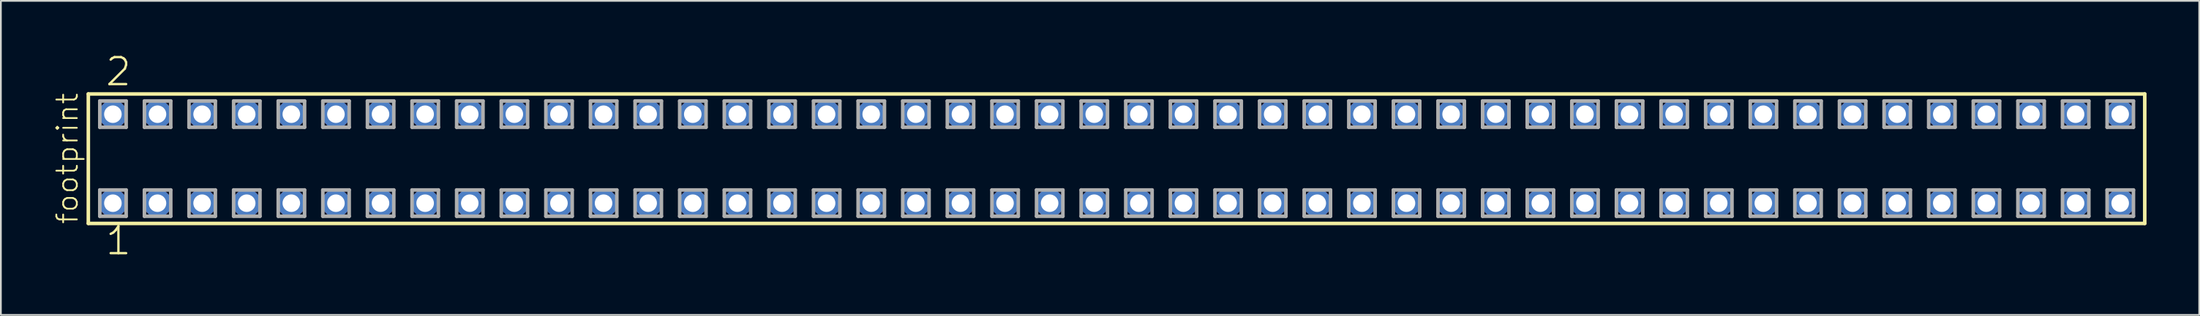
<source format=kicad_pcb>
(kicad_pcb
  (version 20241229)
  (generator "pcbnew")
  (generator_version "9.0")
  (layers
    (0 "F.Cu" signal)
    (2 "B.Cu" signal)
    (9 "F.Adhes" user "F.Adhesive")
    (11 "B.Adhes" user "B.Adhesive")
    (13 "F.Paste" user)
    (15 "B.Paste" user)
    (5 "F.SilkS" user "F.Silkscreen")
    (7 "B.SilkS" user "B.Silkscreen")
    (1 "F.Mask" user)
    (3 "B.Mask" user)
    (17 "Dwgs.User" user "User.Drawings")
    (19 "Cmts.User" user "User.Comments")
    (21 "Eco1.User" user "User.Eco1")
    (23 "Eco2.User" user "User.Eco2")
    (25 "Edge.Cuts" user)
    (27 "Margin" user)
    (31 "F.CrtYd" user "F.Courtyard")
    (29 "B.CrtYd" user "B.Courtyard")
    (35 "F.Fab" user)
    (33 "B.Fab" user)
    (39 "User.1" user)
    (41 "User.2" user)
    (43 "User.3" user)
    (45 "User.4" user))
  (footprint "footprint"
    (layer "F.Cu")
    (at 60.528 6.009)
    (property "Reference" "footprint" (at -59.055 3.81 90) (layer "F.SilkS") (effects (font (size 1.168 1.168) (thickness 0.102)) (justify left bottom)))
    (fp_line (start -58.549 -3.695) (end 58.549 -3.695) (stroke (width 0.203) (type solid)) (layer "F.SilkS"))
    (fp_line (start -58.549 3.695) (end -58.549 -3.695) (stroke (width 0.203) (type solid)) (layer "F.SilkS"))
    (fp_line (start 58.549 -3.695) (end 58.549 3.695) (stroke (width 0.203) (type solid)) (layer "F.SilkS"))
    (fp_line (start 58.549 3.695) (end -58.549 3.695) (stroke (width 0.203) (type solid)) (layer "F.SilkS"))
    (fp_line (start -57.895 -3.295) (end -56.395 -3.295) (stroke (width 0.203) (type solid)) (layer "F.Fab"))
    (fp_line (start -57.895 -1.795) (end -57.895 -3.295) (stroke (width 0.203) (type solid)) (layer "F.Fab"))
    (fp_line (start -57.895 1.785) (end -56.395 1.785) (stroke (width 0.203) (type solid)) (layer "F.Fab"))
    (fp_line (start -57.895 3.285) (end -57.895 1.785) (stroke (width 0.203) (type solid)) (layer "F.Fab"))
    (fp_line (start -56.395 -3.295) (end -56.395 -1.795) (stroke (width 0.203) (type solid)) (layer "F.Fab"))
    (fp_line (start -56.395 -1.795) (end -57.895 -1.795) (stroke (width 0.203) (type solid)) (layer "F.Fab"))
    (fp_line (start -56.395 1.785) (end -56.395 3.285) (stroke (width 0.203) (type solid)) (layer "F.Fab"))
    (fp_line (start -56.395 3.285) (end -57.895 3.285) (stroke (width 0.203) (type solid)) (layer "F.Fab"))
    (fp_line (start -55.355 -3.295) (end -53.855 -3.295) (stroke (width 0.203) (type solid)) (layer "F.Fab"))
    (fp_line (start -55.355 -1.795) (end -55.355 -3.295) (stroke (width 0.203) (type solid)) (layer "F.Fab"))
    (fp_line (start -55.355 1.785) (end -53.855 1.785) (stroke (width 0.203) (type solid)) (layer "F.Fab"))
    (fp_line (start -55.355 3.285) (end -55.355 1.785) (stroke (width 0.203) (type solid)) (layer "F.Fab"))
    (fp_line (start -53.855 -3.295) (end -53.855 -1.795) (stroke (width 0.203) (type solid)) (layer "F.Fab"))
    (fp_line (start -53.855 -1.795) (end -55.355 -1.795) (stroke (width 0.203) (type solid)) (layer "F.Fab"))
    (fp_line (start -53.855 1.785) (end -53.855 3.285) (stroke (width 0.203) (type solid)) (layer "F.Fab"))
    (fp_line (start -53.855 3.285) (end -55.355 3.285) (stroke (width 0.203) (type solid)) (layer "F.Fab"))
    (fp_line (start -52.815 -3.295) (end -51.315 -3.295) (stroke (width 0.203) (type solid)) (layer "F.Fab"))
    (fp_line (start -52.815 -1.795) (end -52.815 -3.295) (stroke (width 0.203) (type solid)) (layer "F.Fab"))
    (fp_line (start -52.815 1.785) (end -51.315 1.785) (stroke (width 0.203) (type solid)) (layer "F.Fab"))
    (fp_line (start -52.815 3.285) (end -52.815 1.785) (stroke (width 0.203) (type solid)) (layer "F.Fab"))
    (fp_line (start -51.315 -3.295) (end -51.315 -1.795) (stroke (width 0.203) (type solid)) (layer "F.Fab"))
    (fp_line (start -51.315 -1.795) (end -52.815 -1.795) (stroke (width 0.203) (type solid)) (layer "F.Fab"))
    (fp_line (start -51.315 1.785) (end -51.315 3.285) (stroke (width 0.203) (type solid)) (layer "F.Fab"))
    (fp_line (start -51.315 3.285) (end -52.815 3.285) (stroke (width 0.203) (type solid)) (layer "F.Fab"))
    (fp_line (start -50.275 -3.295) (end -48.775 -3.295) (stroke (width 0.203) (type solid)) (layer "F.Fab"))
    (fp_line (start -50.275 -1.795) (end -50.275 -3.295) (stroke (width 0.203) (type solid)) (layer "F.Fab"))
    (fp_line (start -50.275 1.785) (end -48.775 1.785) (stroke (width 0.203) (type solid)) (layer "F.Fab"))
    (fp_line (start -50.275 3.285) (end -50.275 1.785) (stroke (width 0.203) (type solid)) (layer "F.Fab"))
    (fp_line (start -48.775 -3.295) (end -48.775 -1.795) (stroke (width 0.203) (type solid)) (layer "F.Fab"))
    (fp_line (start -48.775 -1.795) (end -50.275 -1.795) (stroke (width 0.203) (type solid)) (layer "F.Fab"))
    (fp_line (start -48.775 1.785) (end -48.775 3.285) (stroke (width 0.203) (type solid)) (layer "F.Fab"))
    (fp_line (start -48.775 3.285) (end -50.275 3.285) (stroke (width 0.203) (type solid)) (layer "F.Fab"))
    (fp_line (start -47.735 -3.295) (end -46.235 -3.295) (stroke (width 0.203) (type solid)) (layer "F.Fab"))
    (fp_line (start -47.735 -1.795) (end -47.735 -3.295) (stroke (width 0.203) (type solid)) (layer "F.Fab"))
    (fp_line (start -47.735 1.785) (end -46.235 1.785) (stroke (width 0.203) (type solid)) (layer "F.Fab"))
    (fp_line (start -47.735 3.285) (end -47.735 1.785) (stroke (width 0.203) (type solid)) (layer "F.Fab"))
    (fp_line (start -46.235 -3.295) (end -46.235 -1.795) (stroke (width 0.203) (type solid)) (layer "F.Fab"))
    (fp_line (start -46.235 -1.795) (end -47.735 -1.795) (stroke (width 0.203) (type solid)) (layer "F.Fab"))
    (fp_line (start -46.235 1.785) (end -46.235 3.285) (stroke (width 0.203) (type solid)) (layer "F.Fab"))
    (fp_line (start -46.235 3.285) (end -47.735 3.285) (stroke (width 0.203) (type solid)) (layer "F.Fab"))
    (fp_line (start -45.195 -3.295) (end -43.695 -3.295) (stroke (width 0.203) (type solid)) (layer "F.Fab"))
    (fp_line (start -45.195 -1.795) (end -45.195 -3.295) (stroke (width 0.203) (type solid)) (layer "F.Fab"))
    (fp_line (start -45.195 1.785) (end -43.695 1.785) (stroke (width 0.203) (type solid)) (layer "F.Fab"))
    (fp_line (start -45.195 3.285) (end -45.195 1.785) (stroke (width 0.203) (type solid)) (layer "F.Fab"))
    (fp_line (start -43.695 -3.295) (end -43.695 -1.795) (stroke (width 0.203) (type solid)) (layer "F.Fab"))
    (fp_line (start -43.695 -1.795) (end -45.195 -1.795) (stroke (width 0.203) (type solid)) (layer "F.Fab"))
    (fp_line (start -43.695 1.785) (end -43.695 3.285) (stroke (width 0.203) (type solid)) (layer "F.Fab"))
    (fp_line (start -43.695 3.285) (end -45.195 3.285) (stroke (width 0.203) (type solid)) (layer "F.Fab"))
    (fp_line (start -42.655 -3.295) (end -41.155 -3.295) (stroke (width 0.203) (type solid)) (layer "F.Fab"))
    (fp_line (start -42.655 -1.795) (end -42.655 -3.295) (stroke (width 0.203) (type solid)) (layer "F.Fab"))
    (fp_line (start -42.655 1.785) (end -41.155 1.785) (stroke (width 0.203) (type solid)) (layer "F.Fab"))
    (fp_line (start -42.655 3.285) (end -42.655 1.785) (stroke (width 0.203) (type solid)) (layer "F.Fab"))
    (fp_line (start -41.155 -3.295) (end -41.155 -1.795) (stroke (width 0.203) (type solid)) (layer "F.Fab"))
    (fp_line (start -41.155 -1.795) (end -42.655 -1.795) (stroke (width 0.203) (type solid)) (layer "F.Fab"))
    (fp_line (start -41.155 1.785) (end -41.155 3.285) (stroke (width 0.203) (type solid)) (layer "F.Fab"))
    (fp_line (start -41.155 3.285) (end -42.655 3.285) (stroke (width 0.203) (type solid)) (layer "F.Fab"))
    (fp_line (start -40.115 -3.295) (end -38.615 -3.295) (stroke (width 0.203) (type solid)) (layer "F.Fab"))
    (fp_line (start -40.115 -1.795) (end -40.115 -3.295) (stroke (width 0.203) (type solid)) (layer "F.Fab"))
    (fp_line (start -40.115 1.785) (end -38.615 1.785) (stroke (width 0.203) (type solid)) (layer "F.Fab"))
    (fp_line (start -40.115 3.285) (end -40.115 1.785) (stroke (width 0.203) (type solid)) (layer "F.Fab"))
    (fp_line (start -38.615 -3.295) (end -38.615 -1.795) (stroke (width 0.203) (type solid)) (layer "F.Fab"))
    (fp_line (start -38.615 -1.795) (end -40.115 -1.795) (stroke (width 0.203) (type solid)) (layer "F.Fab"))
    (fp_line (start -38.615 1.785) (end -38.615 3.285) (stroke (width 0.203) (type solid)) (layer "F.Fab"))
    (fp_line (start -38.615 3.285) (end -40.115 3.285) (stroke (width 0.203) (type solid)) (layer "F.Fab"))
    (fp_line (start -37.575 -3.295) (end -36.075 -3.295) (stroke (width 0.203) (type solid)) (layer "F.Fab"))
    (fp_line (start -37.575 -1.795) (end -37.575 -3.295) (stroke (width 0.203) (type solid)) (layer "F.Fab"))
    (fp_line (start -37.575 1.785) (end -36.075 1.785) (stroke (width 0.203) (type solid)) (layer "F.Fab"))
    (fp_line (start -37.575 3.285) (end -37.575 1.785) (stroke (width 0.203) (type solid)) (layer "F.Fab"))
    (fp_line (start -36.075 -3.295) (end -36.075 -1.795) (stroke (width 0.203) (type solid)) (layer "F.Fab"))
    (fp_line (start -36.075 -1.795) (end -37.575 -1.795) (stroke (width 0.203) (type solid)) (layer "F.Fab"))
    (fp_line (start -36.075 1.785) (end -36.075 3.285) (stroke (width 0.203) (type solid)) (layer "F.Fab"))
    (fp_line (start -36.075 3.285) (end -37.575 3.285) (stroke (width 0.203) (type solid)) (layer "F.Fab"))
    (fp_line (start -35.035 -3.295) (end -33.535 -3.295) (stroke (width 0.203) (type solid)) (layer "F.Fab"))
    (fp_line (start -35.035 -1.795) (end -35.035 -3.295) (stroke (width 0.203) (type solid)) (layer "F.Fab"))
    (fp_line (start -35.035 1.785) (end -33.535 1.785) (stroke (width 0.203) (type solid)) (layer "F.Fab"))
    (fp_line (start -35.035 3.285) (end -35.035 1.785) (stroke (width 0.203) (type solid)) (layer "F.Fab"))
    (fp_line (start -33.535 -3.295) (end -33.535 -1.795) (stroke (width 0.203) (type solid)) (layer "F.Fab"))
    (fp_line (start -33.535 -1.795) (end -35.035 -1.795) (stroke (width 0.203) (type solid)) (layer "F.Fab"))
    (fp_line (start -33.535 1.785) (end -33.535 3.285) (stroke (width 0.203) (type solid)) (layer "F.Fab"))
    (fp_line (start -33.535 3.285) (end -35.035 3.285) (stroke (width 0.203) (type solid)) (layer "F.Fab"))
    (fp_line (start -32.495 -3.295) (end -30.995 -3.295) (stroke (width 0.203) (type solid)) (layer "F.Fab"))
    (fp_line (start -32.495 -1.795) (end -32.495 -3.295) (stroke (width 0.203) (type solid)) (layer "F.Fab"))
    (fp_line (start -32.495 1.785) (end -30.995 1.785) (stroke (width 0.203) (type solid)) (layer "F.Fab"))
    (fp_line (start -32.495 3.285) (end -32.495 1.785) (stroke (width 0.203) (type solid)) (layer "F.Fab"))
    (fp_line (start -30.995 -3.295) (end -30.995 -1.795) (stroke (width 0.203) (type solid)) (layer "F.Fab"))
    (fp_line (start -30.995 -1.795) (end -32.495 -1.795) (stroke (width 0.203) (type solid)) (layer "F.Fab"))
    (fp_line (start -30.995 1.785) (end -30.995 3.285) (stroke (width 0.203) (type solid)) (layer "F.Fab"))
    (fp_line (start -30.995 3.285) (end -32.495 3.285) (stroke (width 0.203) (type solid)) (layer "F.Fab"))
    (fp_line (start -29.955 -3.295) (end -28.455 -3.295) (stroke (width 0.203) (type solid)) (layer "F.Fab"))
    (fp_line (start -29.955 -1.795) (end -29.955 -3.295) (stroke (width 0.203) (type solid)) (layer "F.Fab"))
    (fp_line (start -29.955 1.785) (end -28.455 1.785) (stroke (width 0.203) (type solid)) (layer "F.Fab"))
    (fp_line (start -29.955 3.285) (end -29.955 1.785) (stroke (width 0.203) (type solid)) (layer "F.Fab"))
    (fp_line (start -28.455 -3.295) (end -28.455 -1.795) (stroke (width 0.203) (type solid)) (layer "F.Fab"))
    (fp_line (start -28.455 -1.795) (end -29.955 -1.795) (stroke (width 0.203) (type solid)) (layer "F.Fab"))
    (fp_line (start -28.455 1.785) (end -28.455 3.285) (stroke (width 0.203) (type solid)) (layer "F.Fab"))
    (fp_line (start -28.455 3.285) (end -29.955 3.285) (stroke (width 0.203) (type solid)) (layer "F.Fab"))
    (fp_line (start -27.415 -3.295) (end -25.915 -3.295) (stroke (width 0.203) (type solid)) (layer "F.Fab"))
    (fp_line (start -27.415 -1.795) (end -27.415 -3.295) (stroke (width 0.203) (type solid)) (layer "F.Fab"))
    (fp_line (start -27.415 1.785) (end -25.915 1.785) (stroke (width 0.203) (type solid)) (layer "F.Fab"))
    (fp_line (start -27.415 3.285) (end -27.415 1.785) (stroke (width 0.203) (type solid)) (layer "F.Fab"))
    (fp_line (start -25.915 -3.295) (end -25.915 -1.795) (stroke (width 0.203) (type solid)) (layer "F.Fab"))
    (fp_line (start -25.915 -1.795) (end -27.415 -1.795) (stroke (width 0.203) (type solid)) (layer "F.Fab"))
    (fp_line (start -25.915 1.785) (end -25.915 3.285) (stroke (width 0.203) (type solid)) (layer "F.Fab"))
    (fp_line (start -25.915 3.285) (end -27.415 3.285) (stroke (width 0.203) (type solid)) (layer "F.Fab"))
    (fp_line (start -24.875 -3.295) (end -23.375 -3.295) (stroke (width 0.203) (type solid)) (layer "F.Fab"))
    (fp_line (start -24.875 -1.795) (end -24.875 -3.295) (stroke (width 0.203) (type solid)) (layer "F.Fab"))
    (fp_line (start -24.875 1.785) (end -23.375 1.785) (stroke (width 0.203) (type solid)) (layer "F.Fab"))
    (fp_line (start -24.875 3.285) (end -24.875 1.785) (stroke (width 0.203) (type solid)) (layer "F.Fab"))
    (fp_line (start -23.375 -3.295) (end -23.375 -1.795) (stroke (width 0.203) (type solid)) (layer "F.Fab"))
    (fp_line (start -23.375 -1.795) (end -24.875 -1.795) (stroke (width 0.203) (type solid)) (layer "F.Fab"))
    (fp_line (start -23.375 1.785) (end -23.375 3.285) (stroke (width 0.203) (type solid)) (layer "F.Fab"))
    (fp_line (start -23.375 3.285) (end -24.875 3.285) (stroke (width 0.203) (type solid)) (layer "F.Fab"))
    (fp_line (start -22.335 -3.295) (end -20.835 -3.295) (stroke (width 0.203) (type solid)) (layer "F.Fab"))
    (fp_line (start -22.335 -1.795) (end -22.335 -3.295) (stroke (width 0.203) (type solid)) (layer "F.Fab"))
    (fp_line (start -22.335 1.785) (end -20.835 1.785) (stroke (width 0.203) (type solid)) (layer "F.Fab"))
    (fp_line (start -22.335 3.285) (end -22.335 1.785) (stroke (width 0.203) (type solid)) (layer "F.Fab"))
    (fp_line (start -20.835 -3.295) (end -20.835 -1.795) (stroke (width 0.203) (type solid)) (layer "F.Fab"))
    (fp_line (start -20.835 -1.795) (end -22.335 -1.795) (stroke (width 0.203) (type solid)) (layer "F.Fab"))
    (fp_line (start -20.835 1.785) (end -20.835 3.285) (stroke (width 0.203) (type solid)) (layer "F.Fab"))
    (fp_line (start -20.835 3.285) (end -22.335 3.285) (stroke (width 0.203) (type solid)) (layer "F.Fab"))
    (fp_line (start -19.795 -3.295) (end -18.295 -3.295) (stroke (width 0.203) (type solid)) (layer "F.Fab"))
    (fp_line (start -19.795 -1.795) (end -19.795 -3.295) (stroke (width 0.203) (type solid)) (layer "F.Fab"))
    (fp_line (start -19.795 1.785) (end -18.295 1.785) (stroke (width 0.203) (type solid)) (layer "F.Fab"))
    (fp_line (start -19.795 3.285) (end -19.795 1.785) (stroke (width 0.203) (type solid)) (layer "F.Fab"))
    (fp_line (start -18.295 -3.295) (end -18.295 -1.795) (stroke (width 0.203) (type solid)) (layer "F.Fab"))
    (fp_line (start -18.295 -1.795) (end -19.795 -1.795) (stroke (width 0.203) (type solid)) (layer "F.Fab"))
    (fp_line (start -18.295 1.785) (end -18.295 3.285) (stroke (width 0.203) (type solid)) (layer "F.Fab"))
    (fp_line (start -18.295 3.285) (end -19.795 3.285) (stroke (width 0.203) (type solid)) (layer "F.Fab"))
    (fp_line (start -17.255 -3.295) (end -15.755 -3.295) (stroke (width 0.203) (type solid)) (layer "F.Fab"))
    (fp_line (start -17.255 -1.795) (end -17.255 -3.295) (stroke (width 0.203) (type solid)) (layer "F.Fab"))
    (fp_line (start -17.255 1.785) (end -15.755 1.785) (stroke (width 0.203) (type solid)) (layer "F.Fab"))
    (fp_line (start -17.255 3.285) (end -17.255 1.785) (stroke (width 0.203) (type solid)) (layer "F.Fab"))
    (fp_line (start -15.755 -3.295) (end -15.755 -1.795) (stroke (width 0.203) (type solid)) (layer "F.Fab"))
    (fp_line (start -15.755 -1.795) (end -17.255 -1.795) (stroke (width 0.203) (type solid)) (layer "F.Fab"))
    (fp_line (start -15.755 1.785) (end -15.755 3.285) (stroke (width 0.203) (type solid)) (layer "F.Fab"))
    (fp_line (start -15.755 3.285) (end -17.255 3.285) (stroke (width 0.203) (type solid)) (layer "F.Fab"))
    (fp_line (start -14.715 -3.295) (end -13.215 -3.295) (stroke (width 0.203) (type solid)) (layer "F.Fab"))
    (fp_line (start -14.715 -1.795) (end -14.715 -3.295) (stroke (width 0.203) (type solid)) (layer "F.Fab"))
    (fp_line (start -14.715 1.785) (end -13.215 1.785) (stroke (width 0.203) (type solid)) (layer "F.Fab"))
    (fp_line (start -14.715 3.285) (end -14.715 1.785) (stroke (width 0.203) (type solid)) (layer "F.Fab"))
    (fp_line (start -13.215 -3.295) (end -13.215 -1.795) (stroke (width 0.203) (type solid)) (layer "F.Fab"))
    (fp_line (start -13.215 -1.795) (end -14.715 -1.795) (stroke (width 0.203) (type solid)) (layer "F.Fab"))
    (fp_line (start -13.215 1.785) (end -13.215 3.285) (stroke (width 0.203) (type solid)) (layer "F.Fab"))
    (fp_line (start -13.215 3.285) (end -14.715 3.285) (stroke (width 0.203) (type solid)) (layer "F.Fab"))
    (fp_line (start -12.175 -3.295) (end -10.675 -3.295) (stroke (width 0.203) (type solid)) (layer "F.Fab"))
    (fp_line (start -12.175 -1.795) (end -12.175 -3.295) (stroke (width 0.203) (type solid)) (layer "F.Fab"))
    (fp_line (start -12.175 1.785) (end -10.675 1.785) (stroke (width 0.203) (type solid)) (layer "F.Fab"))
    (fp_line (start -12.175 3.285) (end -12.175 1.785) (stroke (width 0.203) (type solid)) (layer "F.Fab"))
    (fp_line (start -10.675 -3.295) (end -10.675 -1.795) (stroke (width 0.203) (type solid)) (layer "F.Fab"))
    (fp_line (start -10.675 -1.795) (end -12.175 -1.795) (stroke (width 0.203) (type solid)) (layer "F.Fab"))
    (fp_line (start -10.675 1.785) (end -10.675 3.285) (stroke (width 0.203) (type solid)) (layer "F.Fab"))
    (fp_line (start -10.675 3.285) (end -12.175 3.285) (stroke (width 0.203) (type solid)) (layer "F.Fab"))
    (fp_line (start -9.635 -3.295) (end -8.135 -3.295) (stroke (width 0.203) (type solid)) (layer "F.Fab"))
    (fp_line (start -9.635 -1.795) (end -9.635 -3.295) (stroke (width 0.203) (type solid)) (layer "F.Fab"))
    (fp_line (start -9.635 1.785) (end -8.135 1.785) (stroke (width 0.203) (type solid)) (layer "F.Fab"))
    (fp_line (start -9.635 3.285) (end -9.635 1.785) (stroke (width 0.203) (type solid)) (layer "F.Fab"))
    (fp_line (start -8.135 -3.295) (end -8.135 -1.795) (stroke (width 0.203) (type solid)) (layer "F.Fab"))
    (fp_line (start -8.135 -1.795) (end -9.635 -1.795) (stroke (width 0.203) (type solid)) (layer "F.Fab"))
    (fp_line (start -8.135 1.785) (end -8.135 3.285) (stroke (width 0.203) (type solid)) (layer "F.Fab"))
    (fp_line (start -8.135 3.285) (end -9.635 3.285) (stroke (width 0.203) (type solid)) (layer "F.Fab"))
    (fp_line (start -7.095 -3.295) (end -5.595 -3.295) (stroke (width 0.203) (type solid)) (layer "F.Fab"))
    (fp_line (start -7.095 -1.795) (end -7.095 -3.295) (stroke (width 0.203) (type solid)) (layer "F.Fab"))
    (fp_line (start -7.095 1.785) (end -5.595 1.785) (stroke (width 0.203) (type solid)) (layer "F.Fab"))
    (fp_line (start -7.095 3.285) (end -7.095 1.785) (stroke (width 0.203) (type solid)) (layer "F.Fab"))
    (fp_line (start -5.595 -3.295) (end -5.595 -1.795) (stroke (width 0.203) (type solid)) (layer "F.Fab"))
    (fp_line (start -5.595 -1.795) (end -7.095 -1.795) (stroke (width 0.203) (type solid)) (layer "F.Fab"))
    (fp_line (start -5.595 1.785) (end -5.595 3.285) (stroke (width 0.203) (type solid)) (layer "F.Fab"))
    (fp_line (start -5.595 3.285) (end -7.095 3.285) (stroke (width 0.203) (type solid)) (layer "F.Fab"))
    (fp_line (start -4.555 -3.295) (end -3.055 -3.295) (stroke (width 0.203) (type solid)) (layer "F.Fab"))
    (fp_line (start -4.555 -1.795) (end -4.555 -3.295) (stroke (width 0.203) (type solid)) (layer "F.Fab"))
    (fp_line (start -4.555 1.785) (end -3.055 1.785) (stroke (width 0.203) (type solid)) (layer "F.Fab"))
    (fp_line (start -4.555 3.285) (end -4.555 1.785) (stroke (width 0.203) (type solid)) (layer "F.Fab"))
    (fp_line (start -3.055 -3.295) (end -3.055 -1.795) (stroke (width 0.203) (type solid)) (layer "F.Fab"))
    (fp_line (start -3.055 -1.795) (end -4.555 -1.795) (stroke (width 0.203) (type solid)) (layer "F.Fab"))
    (fp_line (start -3.055 1.785) (end -3.055 3.285) (stroke (width 0.203) (type solid)) (layer "F.Fab"))
    (fp_line (start -3.055 3.285) (end -4.555 3.285) (stroke (width 0.203) (type solid)) (layer "F.Fab"))
    (fp_line (start -2.015 -3.295) (end -0.515 -3.295) (stroke (width 0.203) (type solid)) (layer "F.Fab"))
    (fp_line (start -2.015 -1.795) (end -2.015 -3.295) (stroke (width 0.203) (type solid)) (layer "F.Fab"))
    (fp_line (start -2.015 1.785) (end -0.515 1.785) (stroke (width 0.203) (type solid)) (layer "F.Fab"))
    (fp_line (start -2.015 3.285) (end -2.015 1.785) (stroke (width 0.203) (type solid)) (layer "F.Fab"))
    (fp_line (start -0.515 -3.295) (end -0.515 -1.795) (stroke (width 0.203) (type solid)) (layer "F.Fab"))
    (fp_line (start -0.515 -1.795) (end -2.015 -1.795) (stroke (width 0.203) (type solid)) (layer "F.Fab"))
    (fp_line (start -0.515 1.785) (end -0.515 3.285) (stroke (width 0.203) (type solid)) (layer "F.Fab"))
    (fp_line (start -0.515 3.285) (end -2.015 3.285) (stroke (width 0.203) (type solid)) (layer "F.Fab"))
    (fp_line (start 0.525 -3.295) (end 2.025 -3.295) (stroke (width 0.203) (type solid)) (layer "F.Fab"))
    (fp_line (start 0.525 -1.795) (end 0.525 -3.295) (stroke (width 0.203) (type solid)) (layer "F.Fab"))
    (fp_line (start 0.525 1.785) (end 2.025 1.785) (stroke (width 0.203) (type solid)) (layer "F.Fab"))
    (fp_line (start 0.525 3.285) (end 0.525 1.785) (stroke (width 0.203) (type solid)) (layer "F.Fab"))
    (fp_line (start 2.025 -3.295) (end 2.025 -1.795) (stroke (width 0.203) (type solid)) (layer "F.Fab"))
    (fp_line (start 2.025 -1.795) (end 0.525 -1.795) (stroke (width 0.203) (type solid)) (layer "F.Fab"))
    (fp_line (start 2.025 1.785) (end 2.025 3.285) (stroke (width 0.203) (type solid)) (layer "F.Fab"))
    (fp_line (start 2.025 3.285) (end 0.525 3.285) (stroke (width 0.203) (type solid)) (layer "F.Fab"))
    (fp_line (start 3.065 -3.295) (end 4.565 -3.295) (stroke (width 0.203) (type solid)) (layer "F.Fab"))
    (fp_line (start 3.065 -1.795) (end 3.065 -3.295) (stroke (width 0.203) (type solid)) (layer "F.Fab"))
    (fp_line (start 3.065 1.785) (end 4.565 1.785) (stroke (width 0.203) (type solid)) (layer "F.Fab"))
    (fp_line (start 3.065 3.285) (end 3.065 1.785) (stroke (width 0.203) (type solid)) (layer "F.Fab"))
    (fp_line (start 4.565 -3.295) (end 4.565 -1.795) (stroke (width 0.203) (type solid)) (layer "F.Fab"))
    (fp_line (start 4.565 -1.795) (end 3.065 -1.795) (stroke (width 0.203) (type solid)) (layer "F.Fab"))
    (fp_line (start 4.565 1.785) (end 4.565 3.285) (stroke (width 0.203) (type solid)) (layer "F.Fab"))
    (fp_line (start 4.565 3.285) (end 3.065 3.285) (stroke (width 0.203) (type solid)) (layer "F.Fab"))
    (fp_line (start 5.605 -3.295) (end 7.105 -3.295) (stroke (width 0.203) (type solid)) (layer "F.Fab"))
    (fp_line (start 5.605 -1.795) (end 5.605 -3.295) (stroke (width 0.203) (type solid)) (layer "F.Fab"))
    (fp_line (start 5.605 1.785) (end 7.105 1.785) (stroke (width 0.203) (type solid)) (layer "F.Fab"))
    (fp_line (start 5.605 3.285) (end 5.605 1.785) (stroke (width 0.203) (type solid)) (layer "F.Fab"))
    (fp_line (start 7.105 -3.295) (end 7.105 -1.795) (stroke (width 0.203) (type solid)) (layer "F.Fab"))
    (fp_line (start 7.105 -1.795) (end 5.605 -1.795) (stroke (width 0.203) (type solid)) (layer "F.Fab"))
    (fp_line (start 7.105 1.785) (end 7.105 3.285) (stroke (width 0.203) (type solid)) (layer "F.Fab"))
    (fp_line (start 7.105 3.285) (end 5.605 3.285) (stroke (width 0.203) (type solid)) (layer "F.Fab"))
    (fp_line (start 8.145 -3.295) (end 9.645 -3.295) (stroke (width 0.203) (type solid)) (layer "F.Fab"))
    (fp_line (start 8.145 -1.795) (end 8.145 -3.295) (stroke (width 0.203) (type solid)) (layer "F.Fab"))
    (fp_line (start 8.145 1.785) (end 9.645 1.785) (stroke (width 0.203) (type solid)) (layer "F.Fab"))
    (fp_line (start 8.145 3.285) (end 8.145 1.785) (stroke (width 0.203) (type solid)) (layer "F.Fab"))
    (fp_line (start 9.645 -3.295) (end 9.645 -1.795) (stroke (width 0.203) (type solid)) (layer "F.Fab"))
    (fp_line (start 9.645 -1.795) (end 8.145 -1.795) (stroke (width 0.203) (type solid)) (layer "F.Fab"))
    (fp_line (start 9.645 1.785) (end 9.645 3.285) (stroke (width 0.203) (type solid)) (layer "F.Fab"))
    (fp_line (start 9.645 3.285) (end 8.145 3.285) (stroke (width 0.203) (type solid)) (layer "F.Fab"))
    (fp_line (start 10.685 -3.295) (end 12.185 -3.295) (stroke (width 0.203) (type solid)) (layer "F.Fab"))
    (fp_line (start 10.685 -1.795) (end 10.685 -3.295) (stroke (width 0.203) (type solid)) (layer "F.Fab"))
    (fp_line (start 10.685 1.785) (end 12.185 1.785) (stroke (width 0.203) (type solid)) (layer "F.Fab"))
    (fp_line (start 10.685 3.285) (end 10.685 1.785) (stroke (width 0.203) (type solid)) (layer "F.Fab"))
    (fp_line (start 12.185 -3.295) (end 12.185 -1.795) (stroke (width 0.203) (type solid)) (layer "F.Fab"))
    (fp_line (start 12.185 -1.795) (end 10.685 -1.795) (stroke (width 0.203) (type solid)) (layer "F.Fab"))
    (fp_line (start 12.185 1.785) (end 12.185 3.285) (stroke (width 0.203) (type solid)) (layer "F.Fab"))
    (fp_line (start 12.185 3.285) (end 10.685 3.285) (stroke (width 0.203) (type solid)) (layer "F.Fab"))
    (fp_line (start 13.225 -3.295) (end 14.725 -3.295) (stroke (width 0.203) (type solid)) (layer "F.Fab"))
    (fp_line (start 13.225 -1.795) (end 13.225 -3.295) (stroke (width 0.203) (type solid)) (layer "F.Fab"))
    (fp_line (start 13.225 1.785) (end 14.725 1.785) (stroke (width 0.203) (type solid)) (layer "F.Fab"))
    (fp_line (start 13.225 3.285) (end 13.225 1.785) (stroke (width 0.203) (type solid)) (layer "F.Fab"))
    (fp_line (start 14.725 -3.295) (end 14.725 -1.795) (stroke (width 0.203) (type solid)) (layer "F.Fab"))
    (fp_line (start 14.725 -1.795) (end 13.225 -1.795) (stroke (width 0.203) (type solid)) (layer "F.Fab"))
    (fp_line (start 14.725 1.785) (end 14.725 3.285) (stroke (width 0.203) (type solid)) (layer "F.Fab"))
    (fp_line (start 14.725 3.285) (end 13.225 3.285) (stroke (width 0.203) (type solid)) (layer "F.Fab"))
    (fp_line (start 15.765 -3.295) (end 17.265 -3.295) (stroke (width 0.203) (type solid)) (layer "F.Fab"))
    (fp_line (start 15.765 -1.795) (end 15.765 -3.295) (stroke (width 0.203) (type solid)) (layer "F.Fab"))
    (fp_line (start 15.765 1.785) (end 17.265 1.785) (stroke (width 0.203) (type solid)) (layer "F.Fab"))
    (fp_line (start 15.765 3.285) (end 15.765 1.785) (stroke (width 0.203) (type solid)) (layer "F.Fab"))
    (fp_line (start 17.265 -3.295) (end 17.265 -1.795) (stroke (width 0.203) (type solid)) (layer "F.Fab"))
    (fp_line (start 17.265 -1.795) (end 15.765 -1.795) (stroke (width 0.203) (type solid)) (layer "F.Fab"))
    (fp_line (start 17.265 1.785) (end 17.265 3.285) (stroke (width 0.203) (type solid)) (layer "F.Fab"))
    (fp_line (start 17.265 3.285) (end 15.765 3.285) (stroke (width 0.203) (type solid)) (layer "F.Fab"))
    (fp_line (start 18.305 -3.295) (end 19.805 -3.295) (stroke (width 0.203) (type solid)) (layer "F.Fab"))
    (fp_line (start 18.305 -1.795) (end 18.305 -3.295) (stroke (width 0.203) (type solid)) (layer "F.Fab"))
    (fp_line (start 18.305 1.785) (end 19.805 1.785) (stroke (width 0.203) (type solid)) (layer "F.Fab"))
    (fp_line (start 18.305 3.285) (end 18.305 1.785) (stroke (width 0.203) (type solid)) (layer "F.Fab"))
    (fp_line (start 19.805 -3.295) (end 19.805 -1.795) (stroke (width 0.203) (type solid)) (layer "F.Fab"))
    (fp_line (start 19.805 -1.795) (end 18.305 -1.795) (stroke (width 0.203) (type solid)) (layer "F.Fab"))
    (fp_line (start 19.805 1.785) (end 19.805 3.285) (stroke (width 0.203) (type solid)) (layer "F.Fab"))
    (fp_line (start 19.805 3.285) (end 18.305 3.285) (stroke (width 0.203) (type solid)) (layer "F.Fab"))
    (fp_line (start 20.845 -3.295) (end 22.345 -3.295) (stroke (width 0.203) (type solid)) (layer "F.Fab"))
    (fp_line (start 20.845 -1.795) (end 20.845 -3.295) (stroke (width 0.203) (type solid)) (layer "F.Fab"))
    (fp_line (start 20.845 1.785) (end 22.345 1.785) (stroke (width 0.203) (type solid)) (layer "F.Fab"))
    (fp_line (start 20.845 3.285) (end 20.845 1.785) (stroke (width 0.203) (type solid)) (layer "F.Fab"))
    (fp_line (start 22.345 -3.295) (end 22.345 -1.795) (stroke (width 0.203) (type solid)) (layer "F.Fab"))
    (fp_line (start 22.345 -1.795) (end 20.845 -1.795) (stroke (width 0.203) (type solid)) (layer "F.Fab"))
    (fp_line (start 22.345 1.785) (end 22.345 3.285) (stroke (width 0.203) (type solid)) (layer "F.Fab"))
    (fp_line (start 22.345 3.285) (end 20.845 3.285) (stroke (width 0.203) (type solid)) (layer "F.Fab"))
    (fp_line (start 23.385 -3.295) (end 24.885 -3.295) (stroke (width 0.203) (type solid)) (layer "F.Fab"))
    (fp_line (start 23.385 -1.795) (end 23.385 -3.295) (stroke (width 0.203) (type solid)) (layer "F.Fab"))
    (fp_line (start 23.385 1.785) (end 24.885 1.785) (stroke (width 0.203) (type solid)) (layer "F.Fab"))
    (fp_line (start 23.385 3.285) (end 23.385 1.785) (stroke (width 0.203) (type solid)) (layer "F.Fab"))
    (fp_line (start 24.885 -3.295) (end 24.885 -1.795) (stroke (width 0.203) (type solid)) (layer "F.Fab"))
    (fp_line (start 24.885 -1.795) (end 23.385 -1.795) (stroke (width 0.203) (type solid)) (layer "F.Fab"))
    (fp_line (start 24.885 1.785) (end 24.885 3.285) (stroke (width 0.203) (type solid)) (layer "F.Fab"))
    (fp_line (start 24.885 3.285) (end 23.385 3.285) (stroke (width 0.203) (type solid)) (layer "F.Fab"))
    (fp_line (start 25.925 -3.295) (end 27.425 -3.295) (stroke (width 0.203) (type solid)) (layer "F.Fab"))
    (fp_line (start 25.925 -1.795) (end 25.925 -3.295) (stroke (width 0.203) (type solid)) (layer "F.Fab"))
    (fp_line (start 25.925 1.785) (end 27.425 1.785) (stroke (width 0.203) (type solid)) (layer "F.Fab"))
    (fp_line (start 25.925 3.285) (end 25.925 1.785) (stroke (width 0.203) (type solid)) (layer "F.Fab"))
    (fp_line (start 27.425 -3.295) (end 27.425 -1.795) (stroke (width 0.203) (type solid)) (layer "F.Fab"))
    (fp_line (start 27.425 -1.795) (end 25.925 -1.795) (stroke (width 0.203) (type solid)) (layer "F.Fab"))
    (fp_line (start 27.425 1.785) (end 27.425 3.285) (stroke (width 0.203) (type solid)) (layer "F.Fab"))
    (fp_line (start 27.425 3.285) (end 25.925 3.285) (stroke (width 0.203) (type solid)) (layer "F.Fab"))
    (fp_line (start 28.465 -3.295) (end 29.965 -3.295) (stroke (width 0.203) (type solid)) (layer "F.Fab"))
    (fp_line (start 28.465 -1.795) (end 28.465 -3.295) (stroke (width 0.203) (type solid)) (layer "F.Fab"))
    (fp_line (start 28.465 1.785) (end 29.965 1.785) (stroke (width 0.203) (type solid)) (layer "F.Fab"))
    (fp_line (start 28.465 3.285) (end 28.465 1.785) (stroke (width 0.203) (type solid)) (layer "F.Fab"))
    (fp_line (start 29.965 -3.295) (end 29.965 -1.795) (stroke (width 0.203) (type solid)) (layer "F.Fab"))
    (fp_line (start 29.965 -1.795) (end 28.465 -1.795) (stroke (width 0.203) (type solid)) (layer "F.Fab"))
    (fp_line (start 29.965 1.785) (end 29.965 3.285) (stroke (width 0.203) (type solid)) (layer "F.Fab"))
    (fp_line (start 29.965 3.285) (end 28.465 3.285) (stroke (width 0.203) (type solid)) (layer "F.Fab"))
    (fp_line (start 31.005 -3.295) (end 32.505 -3.295) (stroke (width 0.203) (type solid)) (layer "F.Fab"))
    (fp_line (start 31.005 -1.795) (end 31.005 -3.295) (stroke (width 0.203) (type solid)) (layer "F.Fab"))
    (fp_line (start 31.005 1.785) (end 32.505 1.785) (stroke (width 0.203) (type solid)) (layer "F.Fab"))
    (fp_line (start 31.005 3.285) (end 31.005 1.785) (stroke (width 0.203) (type solid)) (layer "F.Fab"))
    (fp_line (start 32.505 -3.295) (end 32.505 -1.795) (stroke (width 0.203) (type solid)) (layer "F.Fab"))
    (fp_line (start 32.505 -1.795) (end 31.005 -1.795) (stroke (width 0.203) (type solid)) (layer "F.Fab"))
    (fp_line (start 32.505 1.785) (end 32.505 3.285) (stroke (width 0.203) (type solid)) (layer "F.Fab"))
    (fp_line (start 32.505 3.285) (end 31.005 3.285) (stroke (width 0.203) (type solid)) (layer "F.Fab"))
    (fp_line (start 33.545 -3.295) (end 35.045 -3.295) (stroke (width 0.203) (type solid)) (layer "F.Fab"))
    (fp_line (start 33.545 -1.795) (end 33.545 -3.295) (stroke (width 0.203) (type solid)) (layer "F.Fab"))
    (fp_line (start 33.545 1.785) (end 35.045 1.785) (stroke (width 0.203) (type solid)) (layer "F.Fab"))
    (fp_line (start 33.545 3.285) (end 33.545 1.785) (stroke (width 0.203) (type solid)) (layer "F.Fab"))
    (fp_line (start 35.045 -3.295) (end 35.045 -1.795) (stroke (width 0.203) (type solid)) (layer "F.Fab"))
    (fp_line (start 35.045 -1.795) (end 33.545 -1.795) (stroke (width 0.203) (type solid)) (layer "F.Fab"))
    (fp_line (start 35.045 1.785) (end 35.045 3.285) (stroke (width 0.203) (type solid)) (layer "F.Fab"))
    (fp_line (start 35.045 3.285) (end 33.545 3.285) (stroke (width 0.203) (type solid)) (layer "F.Fab"))
    (fp_line (start 36.085 -3.295) (end 37.585 -3.295) (stroke (width 0.203) (type solid)) (layer "F.Fab"))
    (fp_line (start 36.085 -1.795) (end 36.085 -3.295) (stroke (width 0.203) (type solid)) (layer "F.Fab"))
    (fp_line (start 36.085 1.785) (end 37.585 1.785) (stroke (width 0.203) (type solid)) (layer "F.Fab"))
    (fp_line (start 36.085 3.285) (end 36.085 1.785) (stroke (width 0.203) (type solid)) (layer "F.Fab"))
    (fp_line (start 37.585 -3.295) (end 37.585 -1.795) (stroke (width 0.203) (type solid)) (layer "F.Fab"))
    (fp_line (start 37.585 -1.795) (end 36.085 -1.795) (stroke (width 0.203) (type solid)) (layer "F.Fab"))
    (fp_line (start 37.585 1.785) (end 37.585 3.285) (stroke (width 0.203) (type solid)) (layer "F.Fab"))
    (fp_line (start 37.585 3.285) (end 36.085 3.285) (stroke (width 0.203) (type solid)) (layer "F.Fab"))
    (fp_line (start 38.625 -3.295) (end 40.125 -3.295) (stroke (width 0.203) (type solid)) (layer "F.Fab"))
    (fp_line (start 38.625 -1.795) (end 38.625 -3.295) (stroke (width 0.203) (type solid)) (layer "F.Fab"))
    (fp_line (start 38.625 1.785) (end 40.125 1.785) (stroke (width 0.203) (type solid)) (layer "F.Fab"))
    (fp_line (start 38.625 3.285) (end 38.625 1.785) (stroke (width 0.203) (type solid)) (layer "F.Fab"))
    (fp_line (start 40.125 -3.295) (end 40.125 -1.795) (stroke (width 0.203) (type solid)) (layer "F.Fab"))
    (fp_line (start 40.125 -1.795) (end 38.625 -1.795) (stroke (width 0.203) (type solid)) (layer "F.Fab"))
    (fp_line (start 40.125 1.785) (end 40.125 3.285) (stroke (width 0.203) (type solid)) (layer "F.Fab"))
    (fp_line (start 40.125 3.285) (end 38.625 3.285) (stroke (width 0.203) (type solid)) (layer "F.Fab"))
    (fp_line (start 41.165 -3.295) (end 42.665 -3.295) (stroke (width 0.203) (type solid)) (layer "F.Fab"))
    (fp_line (start 41.165 -1.795) (end 41.165 -3.295) (stroke (width 0.203) (type solid)) (layer "F.Fab"))
    (fp_line (start 41.165 1.785) (end 42.665 1.785) (stroke (width 0.203) (type solid)) (layer "F.Fab"))
    (fp_line (start 41.165 3.285) (end 41.165 1.785) (stroke (width 0.203) (type solid)) (layer "F.Fab"))
    (fp_line (start 42.665 -3.295) (end 42.665 -1.795) (stroke (width 0.203) (type solid)) (layer "F.Fab"))
    (fp_line (start 42.665 -1.795) (end 41.165 -1.795) (stroke (width 0.203) (type solid)) (layer "F.Fab"))
    (fp_line (start 42.665 1.785) (end 42.665 3.285) (stroke (width 0.203) (type solid)) (layer "F.Fab"))
    (fp_line (start 42.665 3.285) (end 41.165 3.285) (stroke (width 0.203) (type solid)) (layer "F.Fab"))
    (fp_line (start 43.705 -3.295) (end 45.205 -3.295) (stroke (width 0.203) (type solid)) (layer "F.Fab"))
    (fp_line (start 43.705 -1.795) (end 43.705 -3.295) (stroke (width 0.203) (type solid)) (layer "F.Fab"))
    (fp_line (start 43.705 1.785) (end 45.205 1.785) (stroke (width 0.203) (type solid)) (layer "F.Fab"))
    (fp_line (start 43.705 3.285) (end 43.705 1.785) (stroke (width 0.203) (type solid)) (layer "F.Fab"))
    (fp_line (start 45.205 -3.295) (end 45.205 -1.795) (stroke (width 0.203) (type solid)) (layer "F.Fab"))
    (fp_line (start 45.205 -1.795) (end 43.705 -1.795) (stroke (width 0.203) (type solid)) (layer "F.Fab"))
    (fp_line (start 45.205 1.785) (end 45.205 3.285) (stroke (width 0.203) (type solid)) (layer "F.Fab"))
    (fp_line (start 45.205 3.285) (end 43.705 3.285) (stroke (width 0.203) (type solid)) (layer "F.Fab"))
    (fp_line (start 46.245 -3.295) (end 47.745 -3.295) (stroke (width 0.203) (type solid)) (layer "F.Fab"))
    (fp_line (start 46.245 -1.795) (end 46.245 -3.295) (stroke (width 0.203) (type solid)) (layer "F.Fab"))
    (fp_line (start 46.245 1.785) (end 47.745 1.785) (stroke (width 0.203) (type solid)) (layer "F.Fab"))
    (fp_line (start 46.245 3.285) (end 46.245 1.785) (stroke (width 0.203) (type solid)) (layer "F.Fab"))
    (fp_line (start 47.745 -3.295) (end 47.745 -1.795) (stroke (width 0.203) (type solid)) (layer "F.Fab"))
    (fp_line (start 47.745 -1.795) (end 46.245 -1.795) (stroke (width 0.203) (type solid)) (layer "F.Fab"))
    (fp_line (start 47.745 1.785) (end 47.745 3.285) (stroke (width 0.203) (type solid)) (layer "F.Fab"))
    (fp_line (start 47.745 3.285) (end 46.245 3.285) (stroke (width 0.203) (type solid)) (layer "F.Fab"))
    (fp_line (start 48.785 -3.295) (end 50.285 -3.295) (stroke (width 0.203) (type solid)) (layer "F.Fab"))
    (fp_line (start 48.785 -1.795) (end 48.785 -3.295) (stroke (width 0.203) (type solid)) (layer "F.Fab"))
    (fp_line (start 48.785 1.785) (end 50.285 1.785) (stroke (width 0.203) (type solid)) (layer "F.Fab"))
    (fp_line (start 48.785 3.285) (end 48.785 1.785) (stroke (width 0.203) (type solid)) (layer "F.Fab"))
    (fp_line (start 50.285 -3.295) (end 50.285 -1.795) (stroke (width 0.203) (type solid)) (layer "F.Fab"))
    (fp_line (start 50.285 -1.795) (end 48.785 -1.795) (stroke (width 0.203) (type solid)) (layer "F.Fab"))
    (fp_line (start 50.285 1.785) (end 50.285 3.285) (stroke (width 0.203) (type solid)) (layer "F.Fab"))
    (fp_line (start 50.285 3.285) (end 48.785 3.285) (stroke (width 0.203) (type solid)) (layer "F.Fab"))
    (fp_line (start 51.325 -3.295) (end 52.825 -3.295) (stroke (width 0.203) (type solid)) (layer "F.Fab"))
    (fp_line (start 51.325 -1.795) (end 51.325 -3.295) (stroke (width 0.203) (type solid)) (layer "F.Fab"))
    (fp_line (start 51.325 1.785) (end 52.825 1.785) (stroke (width 0.203) (type solid)) (layer "F.Fab"))
    (fp_line (start 51.325 3.285) (end 51.325 1.785) (stroke (width 0.203) (type solid)) (layer "F.Fab"))
    (fp_line (start 52.825 -3.295) (end 52.825 -1.795) (stroke (width 0.203) (type solid)) (layer "F.Fab"))
    (fp_line (start 52.825 -1.795) (end 51.325 -1.795) (stroke (width 0.203) (type solid)) (layer "F.Fab"))
    (fp_line (start 52.825 1.785) (end 52.825 3.285) (stroke (width 0.203) (type solid)) (layer "F.Fab"))
    (fp_line (start 52.825 3.285) (end 51.325 3.285) (stroke (width 0.203) (type solid)) (layer "F.Fab"))
    (fp_line (start 53.865 -3.295) (end 55.365 -3.295) (stroke (width 0.203) (type solid)) (layer "F.Fab"))
    (fp_line (start 53.865 -1.795) (end 53.865 -3.295) (stroke (width 0.203) (type solid)) (layer "F.Fab"))
    (fp_line (start 53.865 1.785) (end 55.365 1.785) (stroke (width 0.203) (type solid)) (layer "F.Fab"))
    (fp_line (start 53.865 3.285) (end 53.865 1.785) (stroke (width 0.203) (type solid)) (layer "F.Fab"))
    (fp_line (start 55.365 -3.295) (end 55.365 -1.795) (stroke (width 0.203) (type solid)) (layer "F.Fab"))
    (fp_line (start 55.365 -1.795) (end 53.865 -1.795) (stroke (width 0.203) (type solid)) (layer "F.Fab"))
    (fp_line (start 55.365 1.785) (end 55.365 3.285) (stroke (width 0.203) (type solid)) (layer "F.Fab"))
    (fp_line (start 55.365 3.285) (end 53.865 3.285) (stroke (width 0.203) (type solid)) (layer "F.Fab"))
    (fp_line (start 56.405 -3.295) (end 57.905 -3.295) (stroke (width 0.203) (type solid)) (layer "F.Fab"))
    (fp_line (start 56.405 -1.795) (end 56.405 -3.295) (stroke (width 0.203) (type solid)) (layer "F.Fab"))
    (fp_line (start 56.405 1.785) (end 57.905 1.785) (stroke (width 0.203) (type solid)) (layer "F.Fab"))
    (fp_line (start 56.405 3.285) (end 56.405 1.785) (stroke (width 0.203) (type solid)) (layer "F.Fab"))
    (fp_line (start 57.905 -3.295) (end 57.905 -1.795) (stroke (width 0.203) (type solid)) (layer "F.Fab"))
    (fp_line (start 57.905 -1.795) (end 56.405 -1.795) (stroke (width 0.203) (type solid)) (layer "F.Fab"))
    (fp_line (start 57.905 1.785) (end 57.905 3.285) (stroke (width 0.203) (type solid)) (layer "F.Fab"))
    (fp_line (start 57.905 3.285) (end 56.405 3.285) (stroke (width 0.203) (type solid)) (layer "F.Fab"))
    (fp_text user "1" (at -57.658 5.588 0) (layer "F.SilkS") (effects (font (size 1.542 1.542) (thickness 0.134)) (justify left bottom)))
    (fp_text user "2" (at -57.658 -4.064 0) (layer "F.SilkS") (effects (font (size 1.542 1.542) (thickness 0.134)) (justify left bottom)))
    (pad "1" thru_hole roundrect (at -57.15 2.54) (size 1.5 1.5) (drill 1) (layers "*.Cu" "*.Mask") (roundrect_rratio 0.25) (chamfer_ratio 0.25) (chamfer top_left top_right bottom_left bottom_right))
    (pad "2" thru_hole roundrect (at -57.15 -2.54) (size 1.5 1.5) (drill 1) (layers "*.Cu" "*.Mask") (roundrect_rratio 0.25) (chamfer_ratio 0.25) (chamfer top_left top_right bottom_left bottom_right))
    (pad "3" thru_hole roundrect (at -54.61 2.54) (size 1.5 1.5) (drill 1) (layers "*.Cu" "*.Mask") (roundrect_rratio 0.25) (chamfer_ratio 0.25) (chamfer top_left top_right bottom_left bottom_right))
    (pad "4" thru_hole roundrect (at -54.61 -2.54) (size 1.5 1.5) (drill 1) (layers "*.Cu" "*.Mask") (roundrect_rratio 0.25) (chamfer_ratio 0.25) (chamfer top_left top_right bottom_left bottom_right))
    (pad "5" thru_hole roundrect (at -52.07 2.54) (size 1.5 1.5) (drill 1) (layers "*.Cu" "*.Mask") (roundrect_rratio 0.25) (chamfer_ratio 0.25) (chamfer top_left top_right bottom_left bottom_right))
    (pad "6" thru_hole roundrect (at -52.07 -2.54) (size 1.5 1.5) (drill 1) (layers "*.Cu" "*.Mask") (roundrect_rratio 0.25) (chamfer_ratio 0.25) (chamfer top_left top_right bottom_left bottom_right))
    (pad "7" thru_hole roundrect (at -49.53 2.54) (size 1.5 1.5) (drill 1) (layers "*.Cu" "*.Mask") (roundrect_rratio 0.25) (chamfer_ratio 0.25) (chamfer top_left top_right bottom_left bottom_right))
    (pad "8" thru_hole roundrect (at -49.53 -2.54) (size 1.5 1.5) (drill 1) (layers "*.Cu" "*.Mask") (roundrect_rratio 0.25) (chamfer_ratio 0.25) (chamfer top_left top_right bottom_left bottom_right))
    (pad "9" thru_hole roundrect (at -46.99 2.54) (size 1.5 1.5) (drill 1) (layers "*.Cu" "*.Mask") (roundrect_rratio 0.25) (chamfer_ratio 0.25) (chamfer top_left top_right bottom_left bottom_right))
    (pad "10" thru_hole roundrect (at -46.99 -2.54) (size 1.5 1.5) (drill 1) (layers "*.Cu" "*.Mask") (roundrect_rratio 0.25) (chamfer_ratio 0.25) (chamfer top_left top_right bottom_left bottom_right))
    (pad "11" thru_hole roundrect (at -44.45 2.54) (size 1.5 1.5) (drill 1) (layers "*.Cu" "*.Mask") (roundrect_rratio 0.25) (chamfer_ratio 0.25) (chamfer top_left top_right bottom_left bottom_right))
    (pad "12" thru_hole roundrect (at -44.45 -2.54) (size 1.5 1.5) (drill 1) (layers "*.Cu" "*.Mask") (roundrect_rratio 0.25) (chamfer_ratio 0.25) (chamfer top_left top_right bottom_left bottom_right))
    (pad "13" thru_hole roundrect (at -41.91 2.54) (size 1.5 1.5) (drill 1) (layers "*.Cu" "*.Mask") (roundrect_rratio 0.25) (chamfer_ratio 0.25) (chamfer top_left top_right bottom_left bottom_right))
    (pad "14" thru_hole roundrect (at -41.91 -2.54) (size 1.5 1.5) (drill 1) (layers "*.Cu" "*.Mask") (roundrect_rratio 0.25) (chamfer_ratio 0.25) (chamfer top_left top_right bottom_left bottom_right))
    (pad "15" thru_hole roundrect (at -39.37 2.54) (size 1.5 1.5) (drill 1) (layers "*.Cu" "*.Mask") (roundrect_rratio 0.25) (chamfer_ratio 0.25) (chamfer top_left top_right bottom_left bottom_right))
    (pad "16" thru_hole roundrect (at -39.37 -2.54) (size 1.5 1.5) (drill 1) (layers "*.Cu" "*.Mask") (roundrect_rratio 0.25) (chamfer_ratio 0.25) (chamfer top_left top_right bottom_left bottom_right))
    (pad "17" thru_hole roundrect (at -36.83 2.54) (size 1.5 1.5) (drill 1) (layers "*.Cu" "*.Mask") (roundrect_rratio 0.25) (chamfer_ratio 0.25) (chamfer top_left top_right bottom_left bottom_right))
    (pad "18" thru_hole roundrect (at -36.83 -2.54) (size 1.5 1.5) (drill 1) (layers "*.Cu" "*.Mask") (roundrect_rratio 0.25) (chamfer_ratio 0.25) (chamfer top_left top_right bottom_left bottom_right))
    (pad "19" thru_hole roundrect (at -34.29 2.54) (size 1.5 1.5) (drill 1) (layers "*.Cu" "*.Mask") (roundrect_rratio 0.25) (chamfer_ratio 0.25) (chamfer top_left top_right bottom_left bottom_right))
    (pad "20" thru_hole roundrect (at -34.29 -2.54) (size 1.5 1.5) (drill 1) (layers "*.Cu" "*.Mask") (roundrect_rratio 0.25) (chamfer_ratio 0.25) (chamfer top_left top_right bottom_left bottom_right))
    (pad "21" thru_hole roundrect (at -31.75 2.54) (size 1.5 1.5) (drill 1) (layers "*.Cu" "*.Mask") (roundrect_rratio 0.25) (chamfer_ratio 0.25) (chamfer top_left top_right bottom_left bottom_right))
    (pad "22" thru_hole roundrect (at -31.75 -2.54) (size 1.5 1.5) (drill 1) (layers "*.Cu" "*.Mask") (roundrect_rratio 0.25) (chamfer_ratio 0.25) (chamfer top_left top_right bottom_left bottom_right))
    (pad "23" thru_hole roundrect (at -29.21 2.54) (size 1.5 1.5) (drill 1) (layers "*.Cu" "*.Mask") (roundrect_rratio 0.25) (chamfer_ratio 0.25) (chamfer top_left top_right bottom_left bottom_right))
    (pad "24" thru_hole roundrect (at -29.21 -2.54) (size 1.5 1.5) (drill 1) (layers "*.Cu" "*.Mask") (roundrect_rratio 0.25) (chamfer_ratio 0.25) (chamfer top_left top_right bottom_left bottom_right))
    (pad "25" thru_hole roundrect (at -26.67 2.54) (size 1.5 1.5) (drill 1) (layers "*.Cu" "*.Mask") (roundrect_rratio 0.25) (chamfer_ratio 0.25) (chamfer top_left top_right bottom_left bottom_right))
    (pad "26" thru_hole roundrect (at -26.67 -2.54) (size 1.5 1.5) (drill 1) (layers "*.Cu" "*.Mask") (roundrect_rratio 0.25) (chamfer_ratio 0.25) (chamfer top_left top_right bottom_left bottom_right))
    (pad "27" thru_hole roundrect (at -24.13 2.54) (size 1.5 1.5) (drill 1) (layers "*.Cu" "*.Mask") (roundrect_rratio 0.25) (chamfer_ratio 0.25) (chamfer top_left top_right bottom_left bottom_right))
    (pad "28" thru_hole roundrect (at -24.13 -2.54) (size 1.5 1.5) (drill 1) (layers "*.Cu" "*.Mask") (roundrect_rratio 0.25) (chamfer_ratio 0.25) (chamfer top_left top_right bottom_left bottom_right))
    (pad "29" thru_hole roundrect (at -21.59 2.54) (size 1.5 1.5) (drill 1) (layers "*.Cu" "*.Mask") (roundrect_rratio 0.25) (chamfer_ratio 0.25) (chamfer top_left top_right bottom_left bottom_right))
    (pad "30" thru_hole roundrect (at -21.59 -2.54) (size 1.5 1.5) (drill 1) (layers "*.Cu" "*.Mask") (roundrect_rratio 0.25) (chamfer_ratio 0.25) (chamfer top_left top_right bottom_left bottom_right))
    (pad "31" thru_hole roundrect (at -19.05 2.54) (size 1.5 1.5) (drill 1) (layers "*.Cu" "*.Mask") (roundrect_rratio 0.25) (chamfer_ratio 0.25) (chamfer top_left top_right bottom_left bottom_right))
    (pad "32" thru_hole roundrect (at -19.05 -2.54) (size 1.5 1.5) (drill 1) (layers "*.Cu" "*.Mask") (roundrect_rratio 0.25) (chamfer_ratio 0.25) (chamfer top_left top_right bottom_left bottom_right))
    (pad "33" thru_hole roundrect (at -16.51 2.54) (size 1.5 1.5) (drill 1) (layers "*.Cu" "*.Mask") (roundrect_rratio 0.25) (chamfer_ratio 0.25) (chamfer top_left top_right bottom_left bottom_right))
    (pad "34" thru_hole roundrect (at -16.51 -2.54) (size 1.5 1.5) (drill 1) (layers "*.Cu" "*.Mask") (roundrect_rratio 0.25) (chamfer_ratio 0.25) (chamfer top_left top_right bottom_left bottom_right))
    (pad "35" thru_hole roundrect (at -13.97 2.54) (size 1.5 1.5) (drill 1) (layers "*.Cu" "*.Mask") (roundrect_rratio 0.25) (chamfer_ratio 0.25) (chamfer top_left top_right bottom_left bottom_right))
    (pad "36" thru_hole roundrect (at -13.97 -2.54) (size 1.5 1.5) (drill 1) (layers "*.Cu" "*.Mask") (roundrect_rratio 0.25) (chamfer_ratio 0.25) (chamfer top_left top_right bottom_left bottom_right))
    (pad "37" thru_hole roundrect (at -11.43 2.54) (size 1.5 1.5) (drill 1) (layers "*.Cu" "*.Mask") (roundrect_rratio 0.25) (chamfer_ratio 0.25) (chamfer top_left top_right bottom_left bottom_right))
    (pad "38" thru_hole roundrect (at -11.43 -2.54) (size 1.5 1.5) (drill 1) (layers "*.Cu" "*.Mask") (roundrect_rratio 0.25) (chamfer_ratio 0.25) (chamfer top_left top_right bottom_left bottom_right))
    (pad "39" thru_hole roundrect (at -8.89 2.54) (size 1.5 1.5) (drill 1) (layers "*.Cu" "*.Mask") (roundrect_rratio 0.25) (chamfer_ratio 0.25) (chamfer top_left top_right bottom_left bottom_right))
    (pad "40" thru_hole roundrect (at -8.89 -2.54) (size 1.5 1.5) (drill 1) (layers "*.Cu" "*.Mask") (roundrect_rratio 0.25) (chamfer_ratio 0.25) (chamfer top_left top_right bottom_left bottom_right))
    (pad "41" thru_hole roundrect (at -6.35 2.54) (size 1.5 1.5) (drill 1) (layers "*.Cu" "*.Mask") (roundrect_rratio 0.25) (chamfer_ratio 0.25) (chamfer top_left top_right bottom_left bottom_right))
    (pad "42" thru_hole roundrect (at -6.35 -2.54) (size 1.5 1.5) (drill 1) (layers "*.Cu" "*.Mask") (roundrect_rratio 0.25) (chamfer_ratio 0.25) (chamfer top_left top_right bottom_left bottom_right))
    (pad "43" thru_hole roundrect (at -3.81 2.54) (size 1.5 1.5) (drill 1) (layers "*.Cu" "*.Mask") (roundrect_rratio 0.25) (chamfer_ratio 0.25) (chamfer top_left top_right bottom_left bottom_right))
    (pad "44" thru_hole roundrect (at -3.81 -2.54) (size 1.5 1.5) (drill 1) (layers "*.Cu" "*.Mask") (roundrect_rratio 0.25) (chamfer_ratio 0.25) (chamfer top_left top_right bottom_left bottom_right))
    (pad "45" thru_hole roundrect (at -1.27 2.54) (size 1.5 1.5) (drill 1) (layers "*.Cu" "*.Mask") (roundrect_rratio 0.25) (chamfer_ratio 0.25) (chamfer top_left top_right bottom_left bottom_right))
    (pad "46" thru_hole roundrect (at -1.27 -2.54) (size 1.5 1.5) (drill 1) (layers "*.Cu" "*.Mask") (roundrect_rratio 0.25) (chamfer_ratio 0.25) (chamfer top_left top_right bottom_left bottom_right))
    (pad "47" thru_hole roundrect (at 1.27 2.54) (size 1.5 1.5) (drill 1) (layers "*.Cu" "*.Mask") (roundrect_rratio 0.25) (chamfer_ratio 0.25) (chamfer top_left top_right bottom_left bottom_right))
    (pad "48" thru_hole roundrect (at 1.27 -2.54) (size 1.5 1.5) (drill 1) (layers "*.Cu" "*.Mask") (roundrect_rratio 0.25) (chamfer_ratio 0.25) (chamfer top_left top_right bottom_left bottom_right))
    (pad "49" thru_hole roundrect (at 3.81 2.54) (size 1.5 1.5) (drill 1) (layers "*.Cu" "*.Mask") (roundrect_rratio 0.25) (chamfer_ratio 0.25) (chamfer top_left top_right bottom_left bottom_right))
    (pad "50" thru_hole roundrect (at 3.81 -2.54) (size 1.5 1.5) (drill 1) (layers "*.Cu" "*.Mask") (roundrect_rratio 0.25) (chamfer_ratio 0.25) (chamfer top_left top_right bottom_left bottom_right))
    (pad "51" thru_hole roundrect (at 6.35 2.54) (size 1.5 1.5) (drill 1) (layers "*.Cu" "*.Mask") (roundrect_rratio 0.25) (chamfer_ratio 0.25) (chamfer top_left top_right bottom_left bottom_right))
    (pad "52" thru_hole roundrect (at 6.35 -2.54) (size 1.5 1.5) (drill 1) (layers "*.Cu" "*.Mask") (roundrect_rratio 0.25) (chamfer_ratio 0.25) (chamfer top_left top_right bottom_left bottom_right))
    (pad "53" thru_hole roundrect (at 8.89 2.54) (size 1.5 1.5) (drill 1) (layers "*.Cu" "*.Mask") (roundrect_rratio 0.25) (chamfer_ratio 0.25) (chamfer top_left top_right bottom_left bottom_right))
    (pad "54" thru_hole roundrect (at 8.89 -2.54) (size 1.5 1.5) (drill 1) (layers "*.Cu" "*.Mask") (roundrect_rratio 0.25) (chamfer_ratio 0.25) (chamfer top_left top_right bottom_left bottom_right))
    (pad "55" thru_hole roundrect (at 11.43 2.54) (size 1.5 1.5) (drill 1) (layers "*.Cu" "*.Mask") (roundrect_rratio 0.25) (chamfer_ratio 0.25) (chamfer top_left top_right bottom_left bottom_right))
    (pad "56" thru_hole roundrect (at 11.43 -2.54) (size 1.5 1.5) (drill 1) (layers "*.Cu" "*.Mask") (roundrect_rratio 0.25) (chamfer_ratio 0.25) (chamfer top_left top_right bottom_left bottom_right))
    (pad "57" thru_hole roundrect (at 13.97 2.54) (size 1.5 1.5) (drill 1) (layers "*.Cu" "*.Mask") (roundrect_rratio 0.25) (chamfer_ratio 0.25) (chamfer top_left top_right bottom_left bottom_right))
    (pad "58" thru_hole roundrect (at 13.97 -2.54) (size 1.5 1.5) (drill 1) (layers "*.Cu" "*.Mask") (roundrect_rratio 0.25) (chamfer_ratio 0.25) (chamfer top_left top_right bottom_left bottom_right))
    (pad "59" thru_hole roundrect (at 16.51 2.54) (size 1.5 1.5) (drill 1) (layers "*.Cu" "*.Mask") (roundrect_rratio 0.25) (chamfer_ratio 0.25) (chamfer top_left top_right bottom_left bottom_right))
    (pad "60" thru_hole roundrect (at 16.51 -2.54) (size 1.5 1.5) (drill 1) (layers "*.Cu" "*.Mask") (roundrect_rratio 0.25) (chamfer_ratio 0.25) (chamfer top_left top_right bottom_left bottom_right))
    (pad "61" thru_hole roundrect (at 19.05 2.54) (size 1.5 1.5) (drill 1) (layers "*.Cu" "*.Mask") (roundrect_rratio 0.25) (chamfer_ratio 0.25) (chamfer top_left top_right bottom_left bottom_right))
    (pad "62" thru_hole roundrect (at 19.05 -2.54) (size 1.5 1.5) (drill 1) (layers "*.Cu" "*.Mask") (roundrect_rratio 0.25) (chamfer_ratio 0.25) (chamfer top_left top_right bottom_left bottom_right))
    (pad "63" thru_hole roundrect (at 21.59 2.54) (size 1.5 1.5) (drill 1) (layers "*.Cu" "*.Mask") (roundrect_rratio 0.25) (chamfer_ratio 0.25) (chamfer top_left top_right bottom_left bottom_right))
    (pad "64" thru_hole roundrect (at 21.59 -2.54) (size 1.5 1.5) (drill 1) (layers "*.Cu" "*.Mask") (roundrect_rratio 0.25) (chamfer_ratio 0.25) (chamfer top_left top_right bottom_left bottom_right))
    (pad "65" thru_hole roundrect (at 24.13 2.54) (size 1.5 1.5) (drill 1) (layers "*.Cu" "*.Mask") (roundrect_rratio 0.25) (chamfer_ratio 0.25) (chamfer top_left top_right bottom_left bottom_right))
    (pad "66" thru_hole roundrect (at 24.13 -2.54) (size 1.5 1.5) (drill 1) (layers "*.Cu" "*.Mask") (roundrect_rratio 0.25) (chamfer_ratio 0.25) (chamfer top_left top_right bottom_left bottom_right))
    (pad "67" thru_hole roundrect (at 26.67 2.54) (size 1.5 1.5) (drill 1) (layers "*.Cu" "*.Mask") (roundrect_rratio 0.25) (chamfer_ratio 0.25) (chamfer top_left top_right bottom_left bottom_right))
    (pad "68" thru_hole roundrect (at 26.67 -2.54) (size 1.5 1.5) (drill 1) (layers "*.Cu" "*.Mask") (roundrect_rratio 0.25) (chamfer_ratio 0.25) (chamfer top_left top_right bottom_left bottom_right))
    (pad "69" thru_hole roundrect (at 29.21 2.54) (size 1.5 1.5) (drill 1) (layers "*.Cu" "*.Mask") (roundrect_rratio 0.25) (chamfer_ratio 0.25) (chamfer top_left top_right bottom_left bottom_right))
    (pad "70" thru_hole roundrect (at 29.21 -2.54) (size 1.5 1.5) (drill 1) (layers "*.Cu" "*.Mask") (roundrect_rratio 0.25) (chamfer_ratio 0.25) (chamfer top_left top_right bottom_left bottom_right))
    (pad "71" thru_hole roundrect (at 31.75 2.54) (size 1.5 1.5) (drill 1) (layers "*.Cu" "*.Mask") (roundrect_rratio 0.25) (chamfer_ratio 0.25) (chamfer top_left top_right bottom_left bottom_right))
    (pad "72" thru_hole roundrect (at 31.75 -2.54) (size 1.5 1.5) (drill 1) (layers "*.Cu" "*.Mask") (roundrect_rratio 0.25) (chamfer_ratio 0.25) (chamfer top_left top_right bottom_left bottom_right))
    (pad "73" thru_hole roundrect (at 34.29 2.54) (size 1.5 1.5) (drill 1) (layers "*.Cu" "*.Mask") (roundrect_rratio 0.25) (chamfer_ratio 0.25) (chamfer top_left top_right bottom_left bottom_right))
    (pad "74" thru_hole roundrect (at 34.29 -2.54) (size 1.5 1.5) (drill 1) (layers "*.Cu" "*.Mask") (roundrect_rratio 0.25) (chamfer_ratio 0.25) (chamfer top_left top_right bottom_left bottom_right))
    (pad "75" thru_hole roundrect (at 36.83 2.54) (size 1.5 1.5) (drill 1) (layers "*.Cu" "*.Mask") (roundrect_rratio 0.25) (chamfer_ratio 0.25) (chamfer top_left top_right bottom_left bottom_right))
    (pad "76" thru_hole roundrect (at 36.83 -2.54) (size 1.5 1.5) (drill 1) (layers "*.Cu" "*.Mask") (roundrect_rratio 0.25) (chamfer_ratio 0.25) (chamfer top_left top_right bottom_left bottom_right))
    (pad "77" thru_hole roundrect (at 39.37 2.54) (size 1.5 1.5) (drill 1) (layers "*.Cu" "*.Mask") (roundrect_rratio 0.25) (chamfer_ratio 0.25) (chamfer top_left top_right bottom_left bottom_right))
    (pad "78" thru_hole roundrect (at 39.37 -2.54) (size 1.5 1.5) (drill 1) (layers "*.Cu" "*.Mask") (roundrect_rratio 0.25) (chamfer_ratio 0.25) (chamfer top_left top_right bottom_left bottom_right))
    (pad "79" thru_hole roundrect (at 41.91 2.54) (size 1.5 1.5) (drill 1) (layers "*.Cu" "*.Mask") (roundrect_rratio 0.25) (chamfer_ratio 0.25) (chamfer top_left top_right bottom_left bottom_right))
    (pad "80" thru_hole roundrect (at 41.91 -2.54) (size 1.5 1.5) (drill 1) (layers "*.Cu" "*.Mask") (roundrect_rratio 0.25) (chamfer_ratio 0.25) (chamfer top_left top_right bottom_left bottom_right))
    (pad "81" thru_hole roundrect (at 44.45 2.54) (size 1.5 1.5) (drill 1) (layers "*.Cu" "*.Mask") (roundrect_rratio 0.25) (chamfer_ratio 0.25) (chamfer top_left top_right bottom_left bottom_right))
    (pad "82" thru_hole roundrect (at 44.45 -2.54) (size 1.5 1.5) (drill 1) (layers "*.Cu" "*.Mask") (roundrect_rratio 0.25) (chamfer_ratio 0.25) (chamfer top_left top_right bottom_left bottom_right))
    (pad "83" thru_hole roundrect (at 46.99 2.54) (size 1.5 1.5) (drill 1) (layers "*.Cu" "*.Mask") (roundrect_rratio 0.25) (chamfer_ratio 0.25) (chamfer top_left top_right bottom_left bottom_right))
    (pad "84" thru_hole roundrect (at 46.99 -2.54) (size 1.5 1.5) (drill 1) (layers "*.Cu" "*.Mask") (roundrect_rratio 0.25) (chamfer_ratio 0.25) (chamfer top_left top_right bottom_left bottom_right))
    (pad "85" thru_hole roundrect (at 49.53 2.54) (size 1.5 1.5) (drill 1) (layers "*.Cu" "*.Mask") (roundrect_rratio 0.25) (chamfer_ratio 0.25) (chamfer top_left top_right bottom_left bottom_right))
    (pad "86" thru_hole roundrect (at 49.53 -2.54) (size 1.5 1.5) (drill 1) (layers "*.Cu" "*.Mask") (roundrect_rratio 0.25) (chamfer_ratio 0.25) (chamfer top_left top_right bottom_left bottom_right))
    (pad "87" thru_hole roundrect (at 52.07 2.54) (size 1.5 1.5) (drill 1) (layers "*.Cu" "*.Mask") (roundrect_rratio 0.25) (chamfer_ratio 0.25) (chamfer top_left top_right bottom_left bottom_right))
    (pad "88" thru_hole roundrect (at 52.07 -2.54) (size 1.5 1.5) (drill 1) (layers "*.Cu" "*.Mask") (roundrect_rratio 0.25) (chamfer_ratio 0.25) (chamfer top_left top_right bottom_left bottom_right))
    (pad "89" thru_hole roundrect (at 54.61 2.54) (size 1.5 1.5) (drill 1) (layers "*.Cu" "*.Mask") (roundrect_rratio 0.25) (chamfer_ratio 0.25) (chamfer top_left top_right bottom_left bottom_right))
    (pad "90" thru_hole roundrect (at 54.61 -2.54) (size 1.5 1.5) (drill 1) (layers "*.Cu" "*.Mask") (roundrect_rratio 0.25) (chamfer_ratio 0.25) (chamfer top_left top_right bottom_left bottom_right))
    (pad "91" thru_hole roundrect (at 57.15 2.54) (size 1.5 1.5) (drill 1) (layers "*.Cu" "*.Mask") (roundrect_rratio 0.25) (chamfer_ratio 0.25) (chamfer top_left top_right bottom_left bottom_right))
    (pad "92" thru_hole roundrect (at 57.15 -2.54) (size 1.5 1.5) (drill 1) (layers "*.Cu" "*.Mask") (roundrect_rratio 0.25) (chamfer_ratio 0.25) (chamfer top_left top_right bottom_left bottom_right)))
  (gr_rect
    (start -3 -3)
    (end 122.179 14.927)
    (stroke (width 0.1) (type default))
    (fill no)
    (layer "Edge.Cuts")))
</source>
